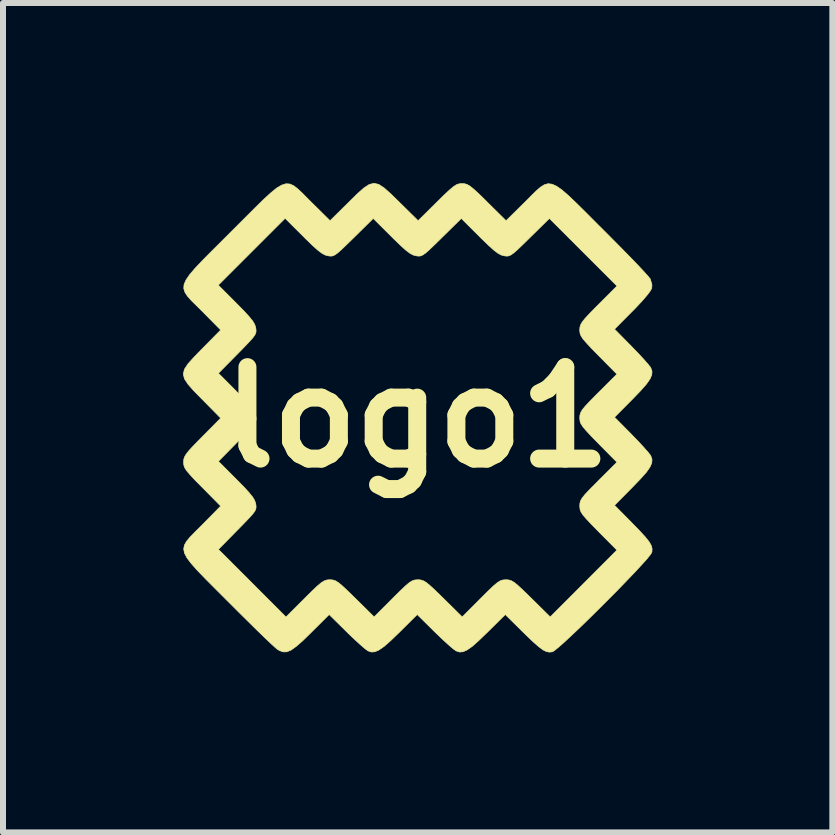
<source format=kicad_pcb>
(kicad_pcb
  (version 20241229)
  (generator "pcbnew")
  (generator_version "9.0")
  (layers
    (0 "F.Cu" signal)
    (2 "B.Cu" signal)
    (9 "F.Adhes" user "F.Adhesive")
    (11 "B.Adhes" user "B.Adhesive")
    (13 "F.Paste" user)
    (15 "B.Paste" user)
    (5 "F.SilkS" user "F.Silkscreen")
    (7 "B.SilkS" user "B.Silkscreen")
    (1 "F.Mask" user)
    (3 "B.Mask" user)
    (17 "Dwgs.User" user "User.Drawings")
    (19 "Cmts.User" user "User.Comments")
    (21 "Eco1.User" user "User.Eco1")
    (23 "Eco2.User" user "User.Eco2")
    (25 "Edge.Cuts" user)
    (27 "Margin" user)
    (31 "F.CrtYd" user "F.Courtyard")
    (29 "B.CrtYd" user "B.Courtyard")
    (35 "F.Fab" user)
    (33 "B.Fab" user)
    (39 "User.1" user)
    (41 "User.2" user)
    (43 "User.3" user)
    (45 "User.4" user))
  (footprint "logo1"
    (layer "F.Cu")
    (at 3.905 3.905)
    (property "Reference" "logo1" (at 0 0 0) (layer "F.SilkS") (effects (font (size 1.524 1.524) (thickness 0.3))))
    (attr through_hole)
    (fp_poly (pts (xy -0.641 -3.881) (xy -0.551 -3.822) (xy -0.441 -3.724) (xy -0.301 -3.587) (xy -0.299 -3.585) (xy 0.015 -3.276) (xy 0.327 -3.585) (xy 0.448 -3.704) (xy 0.537 -3.787) (xy 0.602 -3.842) (xy 0.652 -3.875) (xy 0.694 -3.89) (xy 0.737 -3.895) (xy 0.748 -3.895) (xy 0.792 -3.892) (xy 0.834 -3.879) (xy 0.881 -3.851) (xy 0.942 -3.802) (xy 1.025 -3.726) (xy 1.138 -3.616) (xy 1.168 -3.585) (xy 1.481 -3.276) (xy 1.795 -3.585) (xy 1.896 -3.687) (xy 1.98 -3.77) (xy 2.052 -3.833) (xy 2.118 -3.875) (xy 2.181 -3.893) (xy 2.249 -3.885) (xy 2.325 -3.85) (xy 2.415 -3.787) (xy 2.524 -3.692) (xy 2.657 -3.565) (xy 2.82 -3.404) (xy 3.017 -3.206) (xy 3.084 -3.14) (xy 3.256 -2.967) (xy 3.417 -2.804) (xy 3.562 -2.656) (xy 3.686 -2.527) (xy 3.784 -2.422) (xy 3.851 -2.347) (xy 3.884 -2.306) (xy 3.885 -2.304) (xy 3.913 -2.21) (xy 3.909 -2.149) (xy 3.883 -2.102) (xy 3.824 -2.025) (xy 3.738 -1.926) (xy 3.633 -1.814) (xy 3.59 -1.771) (xy 3.289 -1.468) (xy 3.575 -1.178) (xy 3.68 -1.069) (xy 3.773 -0.969) (xy 3.845 -0.887) (xy 3.888 -0.833) (xy 3.894 -0.823) (xy 3.914 -0.766) (xy 3.91 -0.706) (xy 3.88 -0.637) (xy 3.82 -0.551) (xy 3.724 -0.442) (xy 3.59 -0.303) (xy 3.289 -0.000023) (xy 3.575 0.289) (xy 3.68 0.398) (xy 3.773 0.498) (xy 3.845 0.58) (xy 3.888 0.634) (xy 3.894 0.645) (xy 3.914 0.702) (xy 3.91 0.762) (xy 3.88 0.831) (xy 3.82 0.917) (xy 3.724 1.025) (xy 3.59 1.164) (xy 3.289 1.468) (xy 3.575 1.757) (xy 3.706 1.892) (xy 3.801 1.995) (xy 3.864 2.074) (xy 3.9 2.136) (xy 3.915 2.189) (xy 3.913 2.238) (xy 3.91 2.253) (xy 3.885 2.293) (xy 3.825 2.367) (xy 3.734 2.468) (xy 3.619 2.592) (xy 3.484 2.733) (xy 3.336 2.886) (xy 3.178 3.045) (xy 3.017 3.206) (xy 2.859 3.362) (xy 2.708 3.509) (xy 2.569 3.64) (xy 2.449 3.752) (xy 2.352 3.837) (xy 2.284 3.892) (xy 2.254 3.91) (xy 2.203 3.916) (xy 2.152 3.906) (xy 2.094 3.877) (xy 2.022 3.823) (xy 1.928 3.74) (xy 1.805 3.622) (xy 1.757 3.575) (xy 1.468 3.289) (xy 1.164 3.59) (xy 1.025 3.724) (xy 0.917 3.82) (xy 0.831 3.88) (xy 0.762 3.91) (xy 0.702 3.914) (xy 0.645 3.894) (xy 0.601 3.862) (xy 0.527 3.799) (xy 0.432 3.712) (xy 0.325 3.61) (xy 0.289 3.575) (xy -0.000023 3.289) (xy -0.303 3.59) (xy -0.442 3.724) (xy -0.551 3.82) (xy -0.637 3.88) (xy -0.706 3.91) (xy -0.766 3.914) (xy -0.823 3.894) (xy -0.866 3.862) (xy -0.94 3.799) (xy -1.035 3.712) (xy -1.143 3.61) (xy -1.178 3.575) (xy -1.468 3.289) (xy -1.771 3.591) (xy -1.909 3.726) (xy -2.018 3.821) (xy -2.103 3.882) (xy -2.174 3.911) (xy -2.236 3.912) (xy -2.298 3.889) (xy -2.328 3.871) (xy -2.367 3.839) (xy -2.441 3.771) (xy -2.544 3.673) (xy -2.671 3.55) (xy -2.818 3.405) (xy -2.98 3.245) (xy -3.151 3.074) (xy -3.154 3.071) (xy -3.361 2.864) (xy -3.531 2.693) (xy -3.666 2.553) (xy -3.768 2.438) (xy -3.839 2.344) (xy -3.88 2.265) (xy -3.893 2.196) (xy -3.881 2.132) (xy -3.844 2.067) (xy -3.785 1.996) (xy -3.705 1.914) (xy -3.606 1.816) (xy -3.585 1.795) (xy -3.276 1.481) (xy -3.585 1.168) (xy -3.704 1.048) (xy -3.787 0.959) (xy -3.842 0.894) (xy -3.875 0.844) (xy -3.89 0.802) (xy -3.895 0.759) (xy -3.895 0.748) (xy -3.892 0.704) (xy -3.879 0.662) (xy -3.851 0.615) (xy -3.802 0.553) (xy -3.726 0.471) (xy -3.616 0.358) (xy -3.585 0.327) (xy -3.276 0.015) (xy -3.585 -0.299) (xy -3.723 -0.439) (xy -3.821 -0.55) (xy -3.88 -0.64) (xy -3.9 -0.719) (xy -3.881 -0.799) (xy -3.822 -0.889) (xy -3.724 -0.998) (xy -3.587 -1.139) (xy -3.585 -1.141) (xy -3.276 -1.454) (xy -3.585 -1.767) (xy -3.685 -1.866) (xy -3.768 -1.948) (xy -3.831 -2.019) (xy -3.873 -2.084) (xy -3.892 -2.147) (xy -3.888 -2.202) (xy -3.316 -2.202) (xy -3.012 -1.897) (xy -2.889 -1.772) (xy -2.802 -1.677) (xy -2.744 -1.606) (xy -2.71 -1.549) (xy -2.693 -1.499) (xy -2.691 -1.487) (xy -2.686 -1.446) (xy -2.689 -1.411) (xy -2.706 -1.372) (xy -2.742 -1.322) (xy -2.803 -1.254) (xy -2.893 -1.16) (xy -2.994 -1.057) (xy -3.314 -0.733) (xy -3.011 -0.429) (xy -2.888 -0.304) (xy -2.802 -0.209) (xy -2.744 -0.138) (xy -2.71 -0.081) (xy -2.693 -0.031) (xy -2.691 -0.019) (xy -2.686 0.021) (xy -2.689 0.057) (xy -2.706 0.096) (xy -2.742 0.146) (xy -2.803 0.214) (xy -2.893 0.308) (xy -2.994 0.41) (xy -3.314 0.735) (xy -3.011 1.039) (xy -2.888 1.164) (xy -2.802 1.258) (xy -2.744 1.33) (xy -2.71 1.387) (xy -2.693 1.436) (xy -2.691 1.448) (xy -2.686 1.489) (xy -2.689 1.525) (xy -2.706 1.564) (xy -2.742 1.613) (xy -2.803 1.681) (xy -2.893 1.775) (xy -2.994 1.878) (xy -3.314 2.203) (xy -2.751 2.766) (xy -2.188 3.33) (xy -1.877 3.02) (xy -1.757 2.901) (xy -1.669 2.817) (xy -1.604 2.762) (xy -1.554 2.73) (xy -1.512 2.714) (xy -1.469 2.709) (xy -1.456 2.709) (xy -1.411 2.712) (xy -1.369 2.724) (xy -1.322 2.751) (xy -1.262 2.799) (xy -1.181 2.874) (xy -1.07 2.982) (xy -1.032 3.019) (xy -0.718 3.329) (xy -0.409 3.019) (xy -0.29 2.901) (xy -0.202 2.817) (xy -0.138 2.762) (xy -0.089 2.73) (xy -0.046 2.714) (xy -0.004 2.71) (xy 0.011 2.709) (xy 0.056 2.712) (xy 0.097 2.724) (xy 0.144 2.75) (xy 0.204 2.798) (xy 0.285 2.872) (xy 0.395 2.979) (xy 0.436 3.019) (xy 0.75 3.329) (xy 1.059 3.019) (xy 1.178 2.901) (xy 1.265 2.817) (xy 1.33 2.762) (xy 1.379 2.73) (xy 1.421 2.714) (xy 1.464 2.71) (xy 1.478 2.709) (xy 1.523 2.712) (xy 1.565 2.724) (xy 1.612 2.75) (xy 1.672 2.798) (xy 1.752 2.872) (xy 1.862 2.979) (xy 1.903 3.019) (xy 2.217 3.329) (xy 2.773 2.772) (xy 3.329 2.215) (xy 3.019 1.903) (xy 2.901 1.782) (xy 2.818 1.694) (xy 2.762 1.629) (xy 2.73 1.579) (xy 2.714 1.536) (xy 2.71 1.493) (xy 2.709 1.479) (xy 2.712 1.434) (xy 2.723 1.392) (xy 2.75 1.346) (xy 2.797 1.287) (xy 2.872 1.208) (xy 2.979 1.1) (xy 3.019 1.059) (xy 3.329 0.75) (xy 3.019 0.436) (xy 2.901 0.315) (xy 2.818 0.226) (xy 2.763 0.161) (xy 2.73 0.111) (xy 2.714 0.068) (xy 2.71 0.025) (xy 2.709 0.011) (xy 2.712 -0.034) (xy 2.724 -0.075) (xy 2.75 -0.122) (xy 2.798 -0.181) (xy 2.872 -0.26) (xy 2.979 -0.369) (xy 3.019 -0.409) (xy 3.329 -0.718) (xy 3.019 -1.032) (xy 2.901 -1.152) (xy 2.818 -1.242) (xy 2.762 -1.307) (xy 2.73 -1.357) (xy 2.714 -1.399) (xy 2.709 -1.442) (xy 2.709 -1.456) (xy 2.712 -1.5) (xy 2.724 -1.542) (xy 2.751 -1.588) (xy 2.799 -1.648) (xy 2.874 -1.729) (xy 2.982 -1.839) (xy 3.02 -1.877) (xy 3.33 -2.188) (xy 2.766 -2.751) (xy 2.203 -3.314) (xy 1.878 -2.994) (xy 1.757 -2.875) (xy 1.668 -2.79) (xy 1.603 -2.734) (xy 1.556 -2.702) (xy 1.518 -2.687) (xy 1.482 -2.686) (xy 1.448 -2.691) (xy 1.399 -2.704) (xy 1.345 -2.734) (xy 1.277 -2.785) (xy 1.189 -2.865) (xy 1.072 -2.978) (xy 1.039 -3.011) (xy 0.735 -3.314) (xy 0.41 -2.994) (xy 0.289 -2.875) (xy 0.2 -2.79) (xy 0.136 -2.734) (xy 0.088 -2.702) (xy 0.051 -2.687) (xy 0.014 -2.686) (xy -0.019 -2.691) (xy -0.069 -2.704) (xy -0.123 -2.734) (xy -0.191 -2.785) (xy -0.279 -2.865) (xy -0.396 -2.978) (xy -0.429 -3.011) (xy -0.733 -3.314) (xy -1.057 -2.994) (xy -1.179 -2.875) (xy -1.268 -2.79) (xy -1.332 -2.734) (xy -1.379 -2.702) (xy -1.417 -2.687) (xy -1.453 -2.686) (xy -1.487 -2.691) (xy -1.536 -2.704) (xy -1.59 -2.734) (xy -1.658 -2.785) (xy -1.746 -2.864) (xy -1.863 -2.978) (xy -1.897 -3.012) (xy -2.202 -3.316) (xy -3.316 -2.202) (xy -3.888 -2.202) (xy -3.887 -2.213) (xy -3.855 -2.287) (xy -3.795 -2.375) (xy -3.705 -2.481) (xy -3.583 -2.61) (xy -3.427 -2.768) (xy -3.236 -2.958) (xy -3.097 -3.097) (xy -2.883 -3.311) (xy -2.705 -3.489) (xy -2.559 -3.632) (xy -2.439 -3.742) (xy -2.341 -3.821) (xy -2.258 -3.87) (xy -2.188 -3.892) (xy -2.123 -3.888) (xy -2.06 -3.86) (xy -1.994 -3.809) (xy -1.919 -3.739) (xy -1.831 -3.65) (xy -1.766 -3.585) (xy -1.453 -3.276) (xy -1.14 -3.585) (xy -1 -3.723) (xy -0.89 -3.821) (xy -0.8 -3.88) (xy -0.72 -3.9) (xy -0.641 -3.881)) (stroke (width 0.01) (type solid)) (fill yes) (layer "F.SilkS")))
  (gr_rect
    (start -3 -3)
    (end 10.825 10.826)
    (stroke (width 0.1) (type default))
    (fill no)
    (layer "Edge.Cuts")))
</source>
